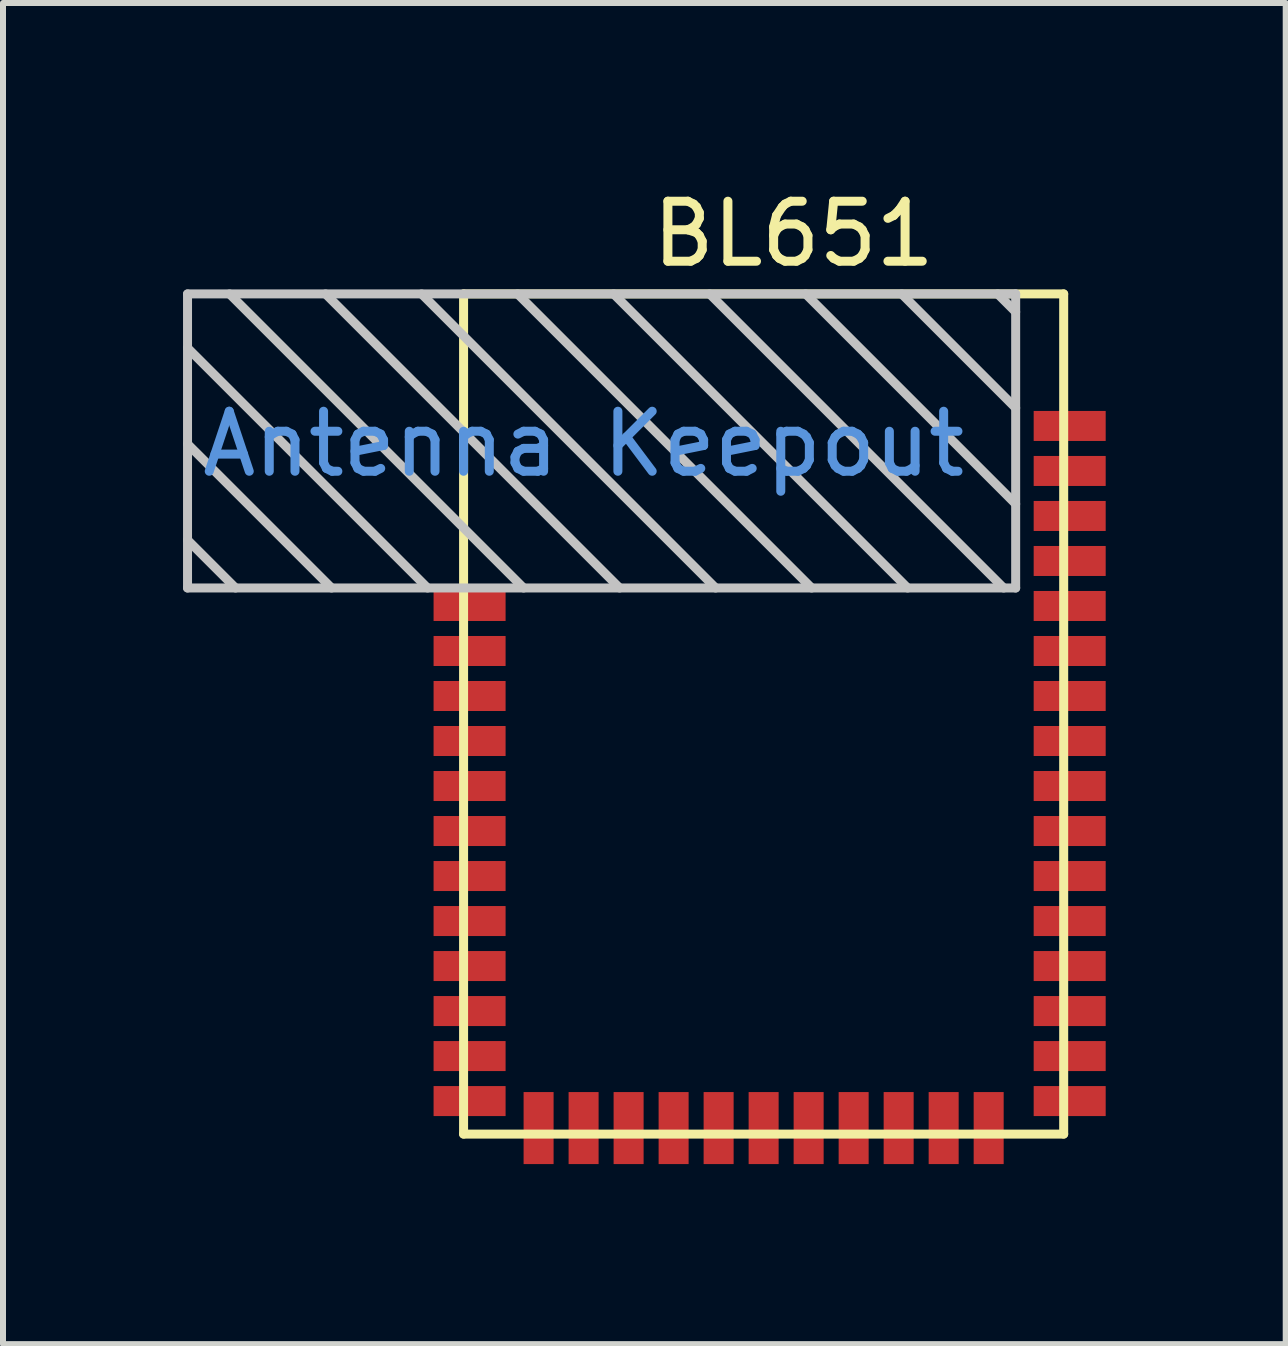
<source format=kicad_pcb>
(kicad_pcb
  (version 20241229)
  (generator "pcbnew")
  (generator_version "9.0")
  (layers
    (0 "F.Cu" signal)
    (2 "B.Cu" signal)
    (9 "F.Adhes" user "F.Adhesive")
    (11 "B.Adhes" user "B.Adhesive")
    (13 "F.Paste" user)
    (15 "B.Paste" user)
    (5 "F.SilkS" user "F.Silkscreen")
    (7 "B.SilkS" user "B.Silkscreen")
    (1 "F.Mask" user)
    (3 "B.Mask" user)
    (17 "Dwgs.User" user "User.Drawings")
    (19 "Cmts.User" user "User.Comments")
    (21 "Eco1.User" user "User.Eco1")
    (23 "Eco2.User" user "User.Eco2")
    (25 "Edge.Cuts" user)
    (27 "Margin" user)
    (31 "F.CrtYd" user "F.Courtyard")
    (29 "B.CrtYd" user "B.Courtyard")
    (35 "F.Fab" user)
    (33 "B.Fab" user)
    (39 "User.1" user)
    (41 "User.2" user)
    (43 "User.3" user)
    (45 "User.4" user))
  (footprint "BL651"
    (layer "F.Cu")
    (at 4.675 15.848)
    (property "Reference" "BL651" (at 5.5 -15 0) (layer "F.SilkS") (effects (font (size 1 1) (thickness 0.15))))
    (attr through_hole)
    (fp_line (start 0 -14) (end 10 -14) (stroke (width 0.15) (type solid)) (layer "F.SilkS"))
    (fp_line (start 0 0) (end 0 -14) (stroke (width 0.15) (type solid)) (layer "F.SilkS"))
    (fp_line (start 10 -14) (end 10 0) (stroke (width 0.15) (type solid)) (layer "F.SilkS"))
    (fp_line (start 10 0) (end 0 0) (stroke (width 0.15) (type solid)) (layer "F.SilkS"))
    (fp_line (start -4.6 -14) (end -4.6 -9.1) (stroke (width 0.15) (type solid)) (layer "Dwgs.User"))
    (fp_line (start -4.6 -13.1) (end -0.6 -9.1) (stroke (width 0.15) (type solid)) (layer "Dwgs.User"))
    (fp_line (start -4.6 -9.9) (end -3.8 -9.1) (stroke (width 0.15) (type solid)) (layer "Dwgs.User"))
    (fp_line (start -4.6 -9.1) (end 9.2 -9.1) (stroke (width 0.15) (type solid)) (layer "Dwgs.User"))
    (fp_line (start -2.3 -14) (end 2.6 -9.1) (stroke (width 0.15) (type solid)) (layer "Dwgs.User"))
    (fp_line (start -2.2 -9.1) (end -4.6 -11.5) (stroke (width 0.15) (type solid)) (layer "Dwgs.User"))
    (fp_line (start 0.9 -14) (end 5.8 -9.1) (stroke (width 0.15) (type solid)) (layer "Dwgs.User"))
    (fp_line (start 1 -9.1) (end -3.9 -14) (stroke (width 0.15) (type solid)) (layer "Dwgs.User"))
    (fp_line (start 4.1 -14) (end 9 -9.1) (stroke (width 0.15) (type solid)) (layer "Dwgs.User"))
    (fp_line (start 4.2 -9.1) (end -0.7 -14) (stroke (width 0.15) (type solid)) (layer "Dwgs.User"))
    (fp_line (start 5.7 -14) (end 9.2 -10.5) (stroke (width 0.15) (type solid)) (layer "Dwgs.User"))
    (fp_line (start 7.4 -9.1) (end 2.5 -14) (stroke (width 0.15) (type solid)) (layer "Dwgs.User"))
    (fp_line (start 8.9 -14) (end 9.2 -13.7) (stroke (width 0.15) (type solid)) (layer "Dwgs.User"))
    (fp_line (start 9.2 -14) (end -4.6 -14) (stroke (width 0.15) (type solid)) (layer "Dwgs.User"))
    (fp_line (start 9.2 -12.1) (end 7.3 -14) (stroke (width 0.15) (type solid)) (layer "Dwgs.User"))
    (fp_line (start 9.2 -9.1) (end 9.2 -14) (stroke (width 0.15) (type solid)) (layer "Dwgs.User"))
    (fp_text user "Antenna Keepout" (at 2 -11.5 0) (layer "Cmts.User") (effects (font (size 1 1) (thickness 0.15))))
    (pad "1" smd rect (at 10.1 -11.8) (size 1.2 0.5) (layers "F.Cu" "F.Mask" "F.Paste"))
    (pad "2" smd rect (at 10.1 -11.05) (size 1.2 0.5) (layers "F.Cu" "F.Mask" "F.Paste"))
    (pad "3" smd rect (at 10.1 -10.3) (size 1.2 0.5) (layers "F.Cu" "F.Mask" "F.Paste"))
    (pad "4" smd rect (at 10.1 -9.55) (size 1.2 0.5) (layers "F.Cu" "F.Mask" "F.Paste"))
    (pad "5" smd rect (at 10.1 -8.8) (size 1.2 0.5) (layers "F.Cu" "F.Mask" "F.Paste"))
    (pad "6" smd rect (at 10.1 -8.05) (size 1.2 0.5) (layers "F.Cu" "F.Mask" "F.Paste"))
    (pad "7" smd rect (at 10.1 -7.3) (size 1.2 0.5) (layers "F.Cu" "F.Mask" "F.Paste"))
    (pad "8" smd rect (at 10.1 -6.55) (size 1.2 0.5) (layers "F.Cu" "F.Mask" "F.Paste"))
    (pad "9" smd rect (at 10.1 -5.8) (size 1.2 0.5) (layers "F.Cu" "F.Mask" "F.Paste"))
    (pad "10" smd rect (at 10.1 -5.05) (size 1.2 0.5) (layers "F.Cu" "F.Mask" "F.Paste"))
    (pad "11" smd rect (at 10.1 -4.3) (size 1.2 0.5) (layers "F.Cu" "F.Mask" "F.Paste"))
    (pad "12" smd rect (at 10.1 -3.55) (size 1.2 0.5) (layers "F.Cu" "F.Mask" "F.Paste"))
    (pad "13" smd rect (at 10.1 -2.8) (size 1.2 0.5) (layers "F.Cu" "F.Mask" "F.Paste"))
    (pad "14" smd rect (at 10.1 -2.05) (size 1.2 0.5) (layers "F.Cu" "F.Mask" "F.Paste"))
    (pad "15" smd rect (at 10.1 -1.3) (size 1.2 0.5) (layers "F.Cu" "F.Mask" "F.Paste"))
    (pad "16" smd rect (at 10.1 -0.55) (size 1.2 0.5) (layers "F.Cu" "F.Mask" "F.Paste"))
    (pad "17" smd rect (at 8.75 -0.1 90) (size 1.2 0.5) (layers "F.Cu" "F.Mask" "F.Paste"))
    (pad "18" smd rect (at 8 -0.1 90) (size 1.2 0.5) (layers "F.Cu" "F.Mask" "F.Paste"))
    (pad "19" smd rect (at 7.25 -0.1 90) (size 1.2 0.5) (layers "F.Cu" "F.Mask" "F.Paste"))
    (pad "20" smd rect (at 6.5 -0.1 90) (size 1.2 0.5) (layers "F.Cu" "F.Mask" "F.Paste"))
    (pad "21" smd rect (at 5.75 -0.1 90) (size 1.2 0.5) (layers "F.Cu" "F.Mask" "F.Paste"))
    (pad "22" smd rect (at 5 -0.1 90) (size 1.2 0.5) (layers "F.Cu" "F.Mask" "F.Paste"))
    (pad "23" smd rect (at 4.25 -0.1 90) (size 1.2 0.5) (layers "F.Cu" "F.Mask" "F.Paste"))
    (pad "24" smd rect (at 3.5 -0.1 90) (size 1.2 0.5) (layers "F.Cu" "F.Mask" "F.Paste"))
    (pad "25" smd rect (at 2.75 -0.1 90) (size 1.2 0.5) (layers "F.Cu" "F.Mask" "F.Paste"))
    (pad "26" smd rect (at 2 -0.1 90) (size 1.2 0.5) (layers "F.Cu" "F.Mask" "F.Paste"))
    (pad "27" smd rect (at 1.25 -0.1 90) (size 1.2 0.5) (layers "F.Cu" "F.Mask" "F.Paste"))
    (pad "28" smd rect (at 0.1 -0.55) (size 1.2 0.5) (layers "F.Cu" "F.Mask" "F.Paste"))
    (pad "29" smd rect (at 0.1 -1.3) (size 1.2 0.5) (layers "F.Cu" "F.Mask" "F.Paste"))
    (pad "30" smd rect (at 0.1 -2.05) (size 1.2 0.5) (layers "F.Cu" "F.Mask" "F.Paste"))
    (pad "31" smd rect (at 0.1 -2.8) (size 1.2 0.5) (layers "F.Cu" "F.Mask" "F.Paste"))
    (pad "32" smd rect (at 0.1 -3.55) (size 1.2 0.5) (layers "F.Cu" "F.Mask" "F.Paste"))
    (pad "33" smd rect (at 0.1 -4.3) (size 1.2 0.5) (layers "F.Cu" "F.Mask" "F.Paste"))
    (pad "34" smd rect (at 0.1 -5.05) (size 1.2 0.5) (layers "F.Cu" "F.Mask" "F.Paste"))
    (pad "35" smd rect (at 0.1 -5.8) (size 1.2 0.5) (layers "F.Cu" "F.Mask" "F.Paste"))
    (pad "36" smd rect (at 0.1 -6.55) (size 1.2 0.5) (layers "F.Cu" "F.Mask" "F.Paste"))
    (pad "37" smd rect (at 0.1 -7.3) (size 1.2 0.5) (layers "F.Cu" "F.Mask" "F.Paste"))
    (pad "38" smd rect (at 0.1 -8.05) (size 1.2 0.5) (layers "F.Cu" "F.Mask" "F.Paste"))
    (pad "39" smd rect (at 0.1 -8.8) (size 1.2 0.5) (layers "F.Cu" "F.Mask" "F.Paste")))
  (gr_rect
    (start -3 -3)
    (end 18.375 19.348)
    (stroke (width 0.1) (type default))
    (fill no)
    (layer "Edge.Cuts")))
</source>
